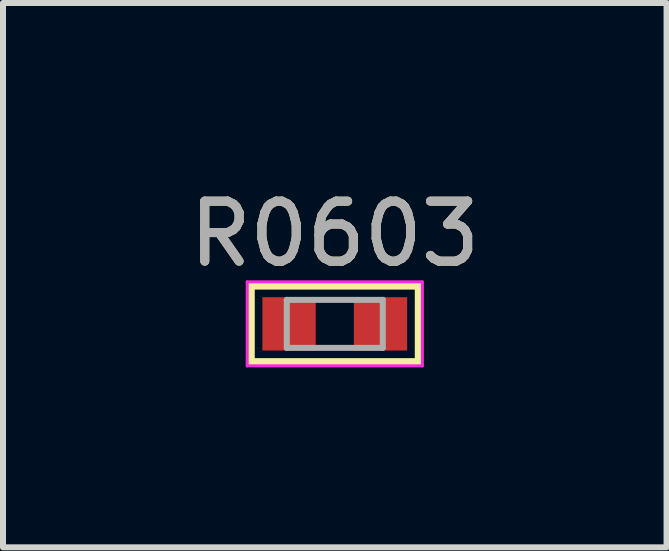
<source format=kicad_pcb>
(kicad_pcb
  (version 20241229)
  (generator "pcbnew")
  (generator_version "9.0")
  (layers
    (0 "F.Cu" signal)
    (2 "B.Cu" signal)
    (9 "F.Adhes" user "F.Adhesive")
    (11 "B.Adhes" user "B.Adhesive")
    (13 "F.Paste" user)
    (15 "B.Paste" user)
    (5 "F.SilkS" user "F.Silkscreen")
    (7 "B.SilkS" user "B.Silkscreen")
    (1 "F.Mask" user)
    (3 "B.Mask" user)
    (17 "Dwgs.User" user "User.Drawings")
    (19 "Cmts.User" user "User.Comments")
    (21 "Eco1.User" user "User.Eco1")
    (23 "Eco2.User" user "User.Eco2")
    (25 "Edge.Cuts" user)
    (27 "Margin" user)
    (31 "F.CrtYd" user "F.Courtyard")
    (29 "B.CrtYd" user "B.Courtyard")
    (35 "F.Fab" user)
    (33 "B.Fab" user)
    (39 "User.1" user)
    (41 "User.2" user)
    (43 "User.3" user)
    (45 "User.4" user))
  (footprint "R0603"
    (layer "F.Cu")
    (at 2.53 2.348)
    (property "Reference" "R0603" (at 0 -1.5 180) (layer "F.SilkS") (effects (font (size 1 1) (thickness 0.15))))
    (attr smd)
    (fp_line (start -1.397 -0.635) (end 1.397 -0.635) (stroke (width 0.127) (type solid)) (layer "F.SilkS"))
    (fp_line (start -1.397 0.635) (end -1.397 -0.635) (stroke (width 0.127) (type solid)) (layer "F.SilkS"))
    (fp_line (start 1.397 -0.635) (end 1.397 0.635) (stroke (width 0.127) (type solid)) (layer "F.SilkS"))
    (fp_line (start 1.397 0.635) (end -1.397 0.635) (stroke (width 0.127) (type solid)) (layer "F.SilkS"))
    (fp_line (start -1.46 -0.7) (end -1.46 0.7) (stroke (width 0.05) (type solid)) (layer "F.CrtYd"))
    (fp_line (start -1.46 0.7) (end 1.46 0.7) (stroke (width 0.05) (type solid)) (layer "F.CrtYd"))
    (fp_line (start 1.46 -0.7) (end -1.46 -0.7) (stroke (width 0.05) (type solid)) (layer "F.CrtYd"))
    (fp_line (start 1.46 0.7) (end 1.46 -0.7) (stroke (width 0.05) (type solid)) (layer "F.CrtYd"))
    (fp_line (start -0.8 -0.4) (end 0.8 -0.4) (stroke (width 0.1) (type solid)) (layer "F.Fab"))
    (fp_line (start -0.8 0.4) (end -0.8 -0.4) (stroke (width 0.1) (type solid)) (layer "F.Fab"))
    (fp_line (start 0.8 -0.4) (end 0.8 0.4) (stroke (width 0.1) (type solid)) (layer "F.Fab"))
    (fp_line (start 0.8 0.4) (end -0.8 0.4) (stroke (width 0.1) (type solid)) (layer "F.Fab"))
    (fp_text user "${REFERENCE}" (at 0 -1.5 0) (layer "F.Fab") (effects (font (size 1 1) (thickness 0.15))))
    (pad "1" smd rect (at -0.762 0) (size 0.889 0.889) (layers "F.Cu" "F.Mask" "F.Paste"))
    (pad "2" smd rect (at 0.762 0) (size 0.889 0.889) (layers "F.Cu" "F.Mask" "F.Paste")))
  (gr_rect
    (start -3 -3)
    (end 8.06 6.073)
    (stroke (width 0.1) (type default))
    (fill no)
    (layer "Edge.Cuts")))
</source>
